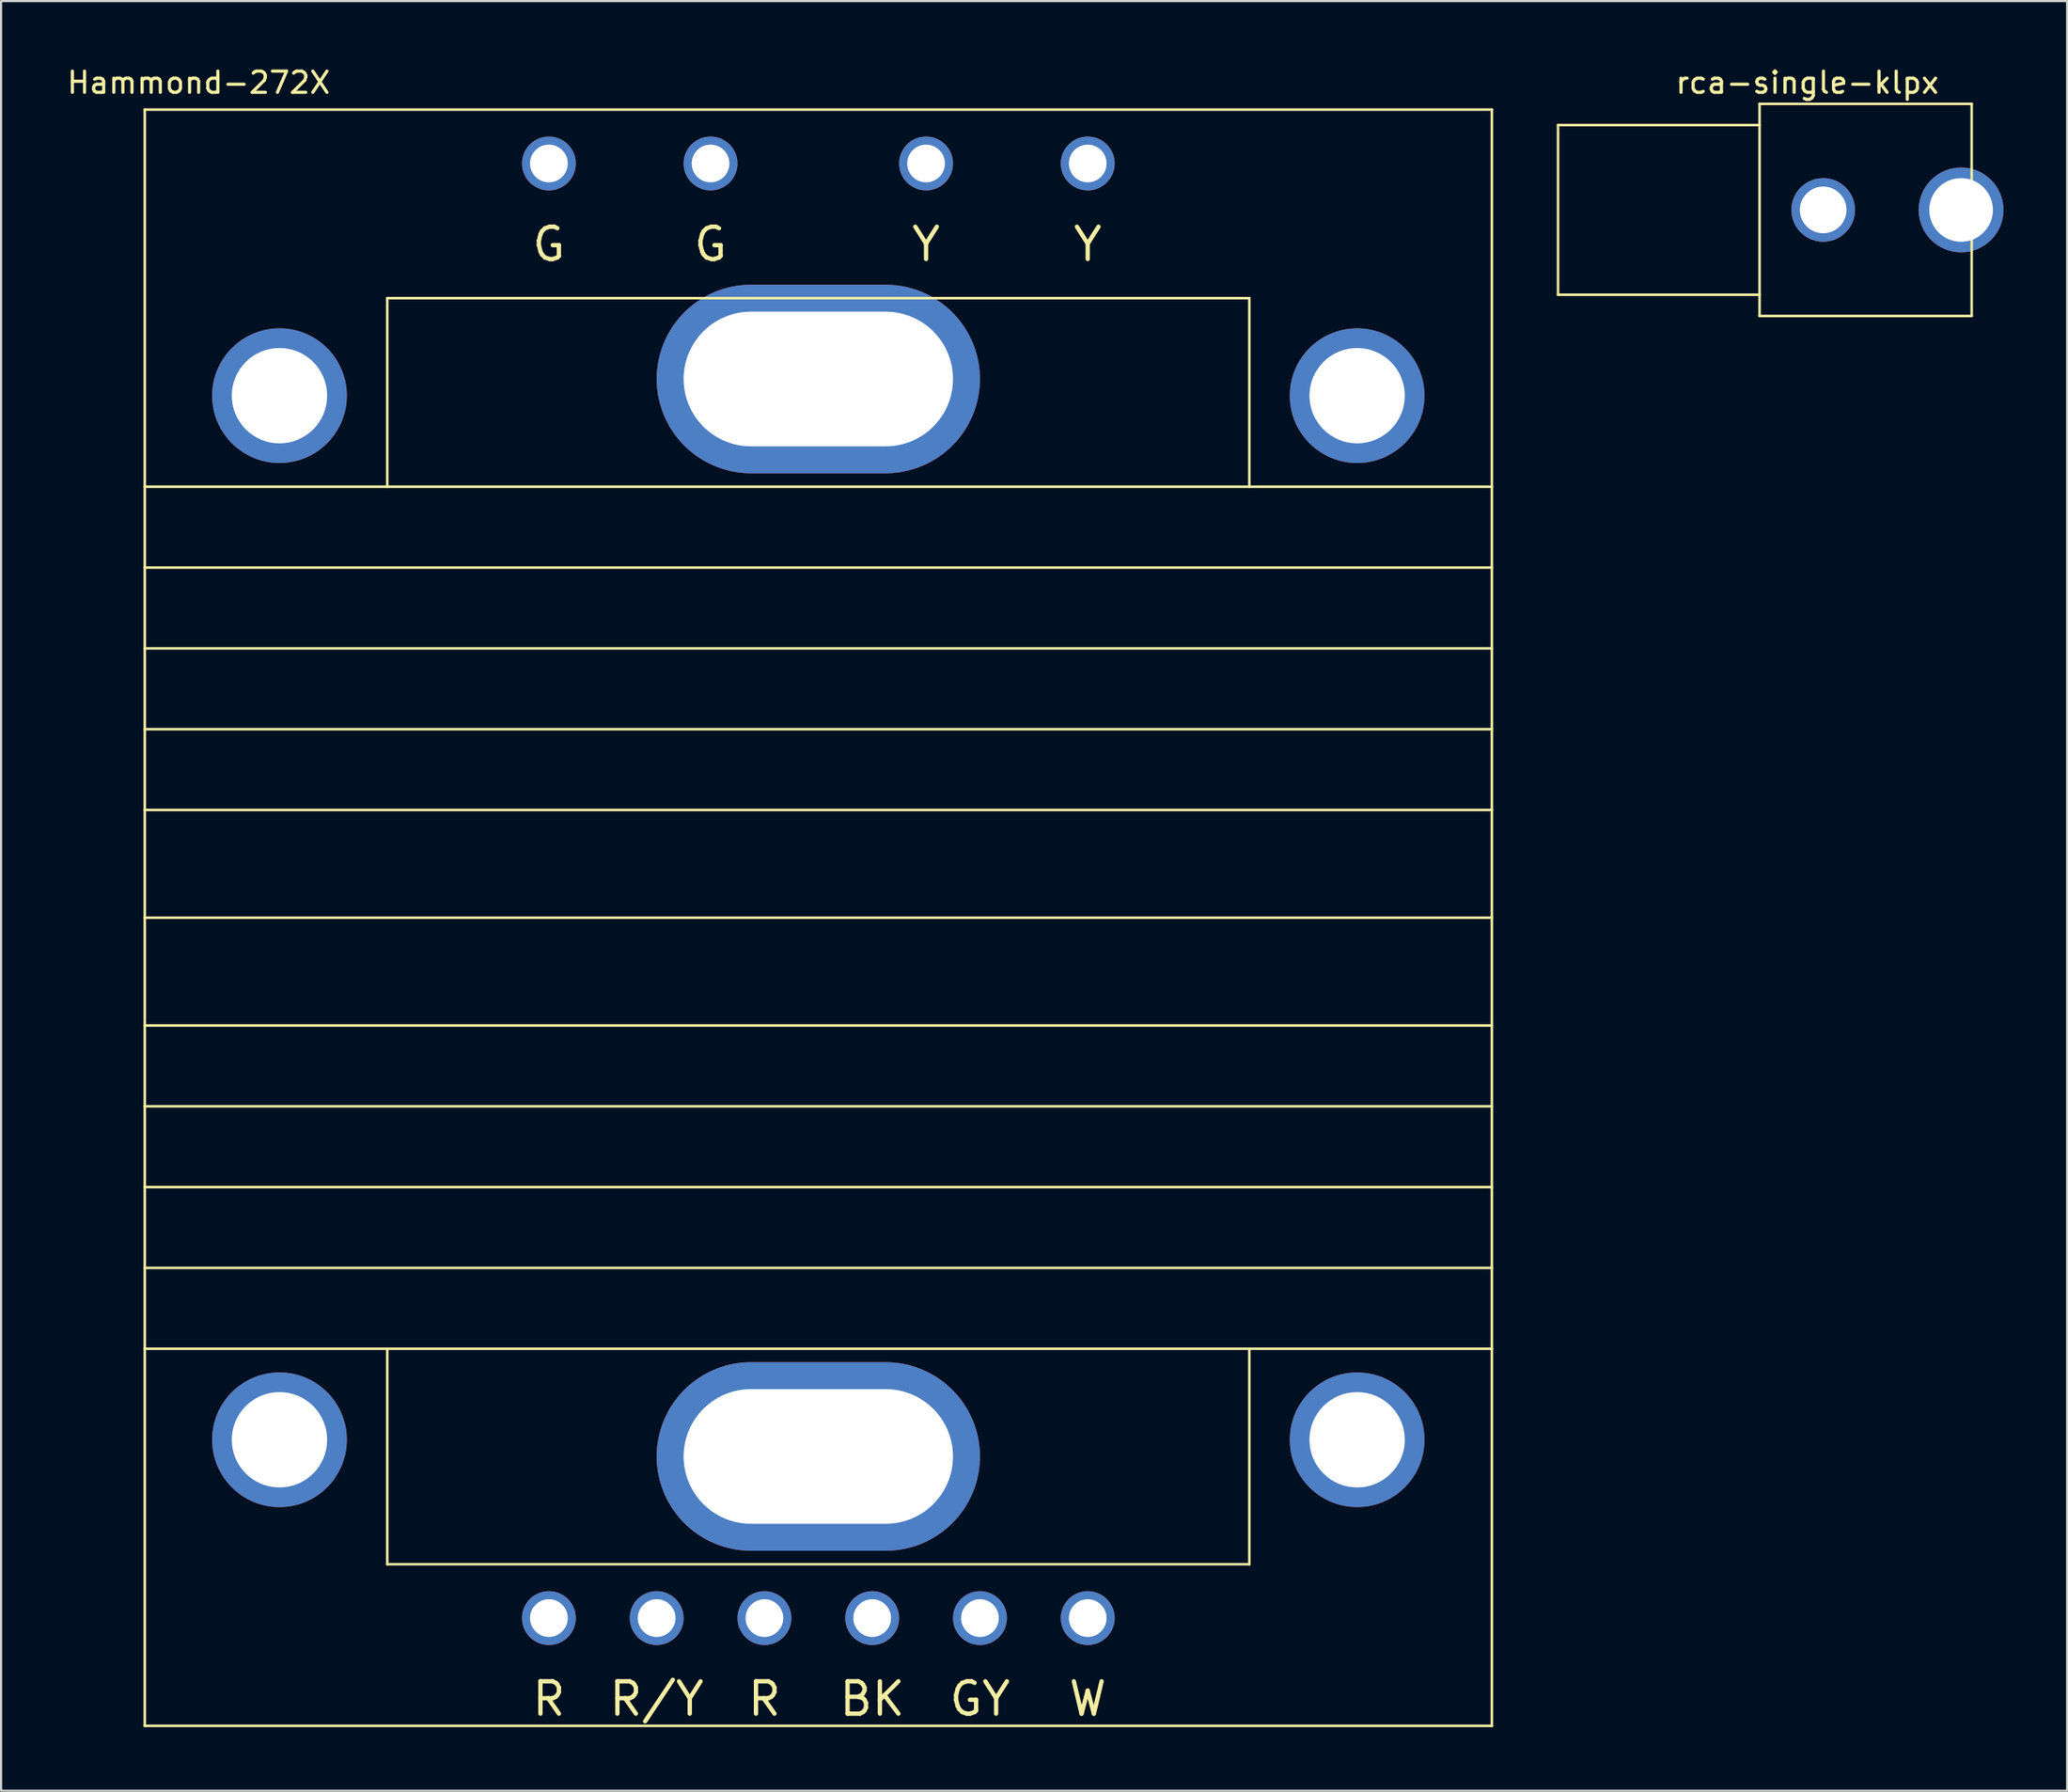
<source format=kicad_pcb>
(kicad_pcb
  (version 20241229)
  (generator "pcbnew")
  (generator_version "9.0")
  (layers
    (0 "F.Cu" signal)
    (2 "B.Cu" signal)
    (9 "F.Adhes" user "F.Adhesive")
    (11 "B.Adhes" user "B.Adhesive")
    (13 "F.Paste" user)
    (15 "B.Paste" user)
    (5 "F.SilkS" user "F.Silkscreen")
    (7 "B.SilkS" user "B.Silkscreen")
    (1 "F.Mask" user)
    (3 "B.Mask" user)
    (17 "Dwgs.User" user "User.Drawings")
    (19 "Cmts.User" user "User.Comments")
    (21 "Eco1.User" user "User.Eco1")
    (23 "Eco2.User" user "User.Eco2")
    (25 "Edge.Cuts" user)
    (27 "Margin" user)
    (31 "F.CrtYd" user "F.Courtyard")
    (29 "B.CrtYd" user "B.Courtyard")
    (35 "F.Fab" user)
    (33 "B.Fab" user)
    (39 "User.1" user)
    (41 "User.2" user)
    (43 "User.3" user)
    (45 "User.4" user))
  (footprint "rca-single-klpx"
    (layer "F.Cu")
    (at 79.895 6.848)
    (property "Reference" "rca-single-klpx" (at 2.25 -6 0) (layer "F.SilkS") (effects (font (size 1 1) (thickness 0.15))))
    (attr through_hole)
    (fp_line (start -9.5 -4) (end -9.5 4) (stroke (width 0.12) (type solid)) (layer "F.SilkS"))
    (fp_line (start -9.5 4) (end 0 4) (stroke (width 0.12) (type solid)) (layer "F.SilkS"))
    (fp_line (start 0 -5) (end 0 5) (stroke (width 0.12) (type solid)) (layer "F.SilkS"))
    (fp_line (start 0 -4) (end -9.5 -4) (stroke (width 0.12) (type solid)) (layer "F.SilkS"))
    (fp_line (start 0 5) (end 10 5) (stroke (width 0.12) (type solid)) (layer "F.SilkS"))
    (fp_line (start 10 -5) (end 0 -5) (stroke (width 0.12) (type solid)) (layer "F.SilkS"))
    (fp_line (start 10 -5) (end 10 5) (stroke (width 0.12) (type solid)) (layer "F.SilkS"))
    (pad "1" thru_hole circle (at 3 0) (size 3 3) (drill 2.2) (layers "*.Cu" "*.Mask"))
    (pad "2" thru_hole circle (at 9.5 0) (size 4 4) (drill 3) (layers "*.Cu" "*.Mask")))
  (footprint "Hammond-272X"
    (layer "F.Cu")
    (at 35.525 40.218)
    (property "Reference" "Hammond-272X" (at -29.21 -39.37 0) (layer "F.SilkS") (effects (font (size 1 1) (thickness 0.15))))
    (attr through_hole)
    (fp_line (start -31.75 -38.1) (end 31.75 -38.1) (stroke (width 0.12) (type solid)) (layer "F.SilkS"))
    (fp_line (start -31.75 -20.32) (end 31.75 -20.32) (stroke (width 0.12) (type solid)) (layer "F.SilkS"))
    (fp_line (start -31.75 -16.51) (end 31.75 -16.51) (stroke (width 0.12) (type solid)) (layer "F.SilkS"))
    (fp_line (start -31.75 -12.7) (end 31.75 -12.7) (stroke (width 0.12) (type solid)) (layer "F.SilkS"))
    (fp_line (start -31.75 -5.08) (end 31.75 -5.08) (stroke (width 0.12) (type solid)) (layer "F.SilkS"))
    (fp_line (start -31.75 0) (end 31.75 0) (stroke (width 0.12) (type solid)) (layer "F.SilkS"))
    (fp_line (start -31.75 12.7) (end 31.75 12.7) (stroke (width 0.12) (type solid)) (layer "F.SilkS"))
    (fp_line (start -31.75 20.32) (end 31.75 20.32) (stroke (width 0.12) (type solid)) (layer "F.SilkS"))
    (fp_line (start -31.75 38.1) (end -31.75 -38.1) (stroke (width 0.12) (type solid)) (layer "F.SilkS"))
    (fp_line (start -20.32 -29.21) (end 20.32 -29.21) (stroke (width 0.12) (type solid)) (layer "F.SilkS"))
    (fp_line (start -20.32 -20.32) (end -20.32 -29.21) (stroke (width 0.12) (type solid)) (layer "F.SilkS"))
    (fp_line (start -20.32 20.32) (end -20.32 30.48) (stroke (width 0.12) (type solid)) (layer "F.SilkS"))
    (fp_line (start -20.32 30.48) (end 20.32 30.48) (stroke (width 0.12) (type solid)) (layer "F.SilkS"))
    (fp_line (start 20.32 -29.21) (end 20.32 -20.32) (stroke (width 0.12) (type solid)) (layer "F.SilkS"))
    (fp_line (start 20.32 30.48) (end 20.32 20.32) (stroke (width 0.12) (type solid)) (layer "F.SilkS"))
    (fp_line (start 31.75 -38.1) (end 31.75 38.1) (stroke (width 0.12) (type solid)) (layer "F.SilkS"))
    (fp_line (start 31.75 -8.89) (end -31.75 -8.89) (stroke (width 0.12) (type solid)) (layer "F.SilkS"))
    (fp_line (start 31.75 5.08) (end -31.75 5.08) (stroke (width 0.12) (type solid)) (layer "F.SilkS"))
    (fp_line (start 31.75 8.89) (end -31.75 8.89) (stroke (width 0.12) (type solid)) (layer "F.SilkS"))
    (fp_line (start 31.75 16.51) (end -31.75 16.51) (stroke (width 0.12) (type solid)) (layer "F.SilkS"))
    (fp_line (start 31.75 38.1) (end -31.75 38.1) (stroke (width 0.12) (type solid)) (layer "F.SilkS"))
    (fp_text user "G" (at -12.7 -31.75 0) (layer "F.SilkS") (effects (font (size 1.524 1.524) (thickness 0.203))))
    (fp_text user "W" (at 12.7 36.83 0) (layer "F.SilkS") (effects (font (size 1.524 1.524) (thickness 0.203))))
    (fp_text user "R/Y" (at -7.62 36.83 0) (layer "F.SilkS") (effects (font (size 1.524 1.524) (thickness 0.203))))
    (fp_text user "R" (at -2.54 36.83 0) (layer "F.SilkS") (effects (font (size 1.524 1.524) (thickness 0.203))))
    (fp_text user "R" (at -12.7 36.83 0) (layer "F.SilkS") (effects (font (size 1.524 1.524) (thickness 0.203))))
    (fp_text user "GY" (at 7.62 36.83 0) (layer "F.SilkS") (effects (font (size 1.524 1.524) (thickness 0.203))))
    (fp_text user "Y" (at 5.08 -31.75 0) (layer "F.SilkS") (effects (font (size 1.524 1.524) (thickness 0.203))))
    (fp_text user "Y" (at 12.7 -31.75 0) (layer "F.SilkS") (effects (font (size 1.524 1.524) (thickness 0.203))))
    (fp_text user "G" (at -5.08 -31.75 0) (layer "F.SilkS") (effects (font (size 1.524 1.524) (thickness 0.203))))
    (fp_text user "BK" (at 2.54 36.83 0) (layer "F.SilkS") (effects (font (size 1.524 1.524) (thickness 0.203))))
    (pad "1" thru_hole circle (at 12.7 33.02) (size 2.54 2.54) (drill 1.778) (layers "*.Cu" "*.Mask"))
    (pad "2" thru_hole circle (at 7.62 33.02) (size 2.54 2.54) (drill 1.778) (layers "*.Cu" "*.Mask"))
    (pad "3" thru_hole circle (at 2.54 33.02) (size 2.54 2.54) (drill 1.778) (layers "*.Cu" "*.Mask"))
    (pad "4" thru_hole circle (at -2.54 33.02) (size 2.54 2.54) (drill 1.778) (layers "*.Cu" "*.Mask"))
    (pad "5" thru_hole circle (at -7.62 33.02) (size 2.54 2.54) (drill 1.778) (layers "*.Cu" "*.Mask"))
    (pad "6" thru_hole circle (at -12.7 33.02) (size 2.54 2.54) (drill 1.778) (layers "*.Cu" "*.Mask"))
    (pad "7" thru_hole circle (at 12.7 -35.56) (size 2.54 2.54) (drill 1.778) (layers "*.Cu" "*.Mask"))
    (pad "8" thru_hole circle (at 5.08 -35.56) (size 2.54 2.54) (drill 1.778) (layers "*.Cu" "*.Mask"))
    (pad "9" thru_hole circle (at -5.08 -35.56) (size 2.54 2.54) (drill 1.778) (layers "*.Cu" "*.Mask"))
    (pad "10" thru_hole circle (at -12.7 -35.56) (size 2.54 2.54) (drill 1.778) (layers "*.Cu" "*.Mask"))
    (pad "11" thru_hole oval (at 0 25.4) (size 15.24 8.89) (drill oval 12.7 6.35) (layers "*.Cu" "*.Mask"))
    (pad "12" thru_hole oval (at 0 -25.4) (size 15.24 8.89) (drill oval 12.7 6.35) (layers "*.Cu" "*.Mask"))
    (pad "20" thru_hole circle (at -25.4 24.613) (size 6.35 6.35) (drill 4.496) (layers "*.Cu" "*.Mask"))
    (pad "21" thru_hole circle (at 25.4 24.613) (size 6.35 6.35) (drill 4.496) (layers "*.Cu" "*.Mask"))
    (pad "22" thru_hole circle (at 25.4 -24.613) (size 6.35 6.35) (drill 4.496) (layers "*.Cu" "*.Mask"))
    (pad "23" thru_hole circle (at -25.4 -24.613) (size 6.35 6.35) (drill 4.496) (layers "*.Cu" "*.Mask")))
  (gr_rect
    (start -3 -3)
    (end 94.395 81.378)
    (stroke (width 0.1) (type default))
    (fill no)
    (layer "Edge.Cuts")))
</source>
